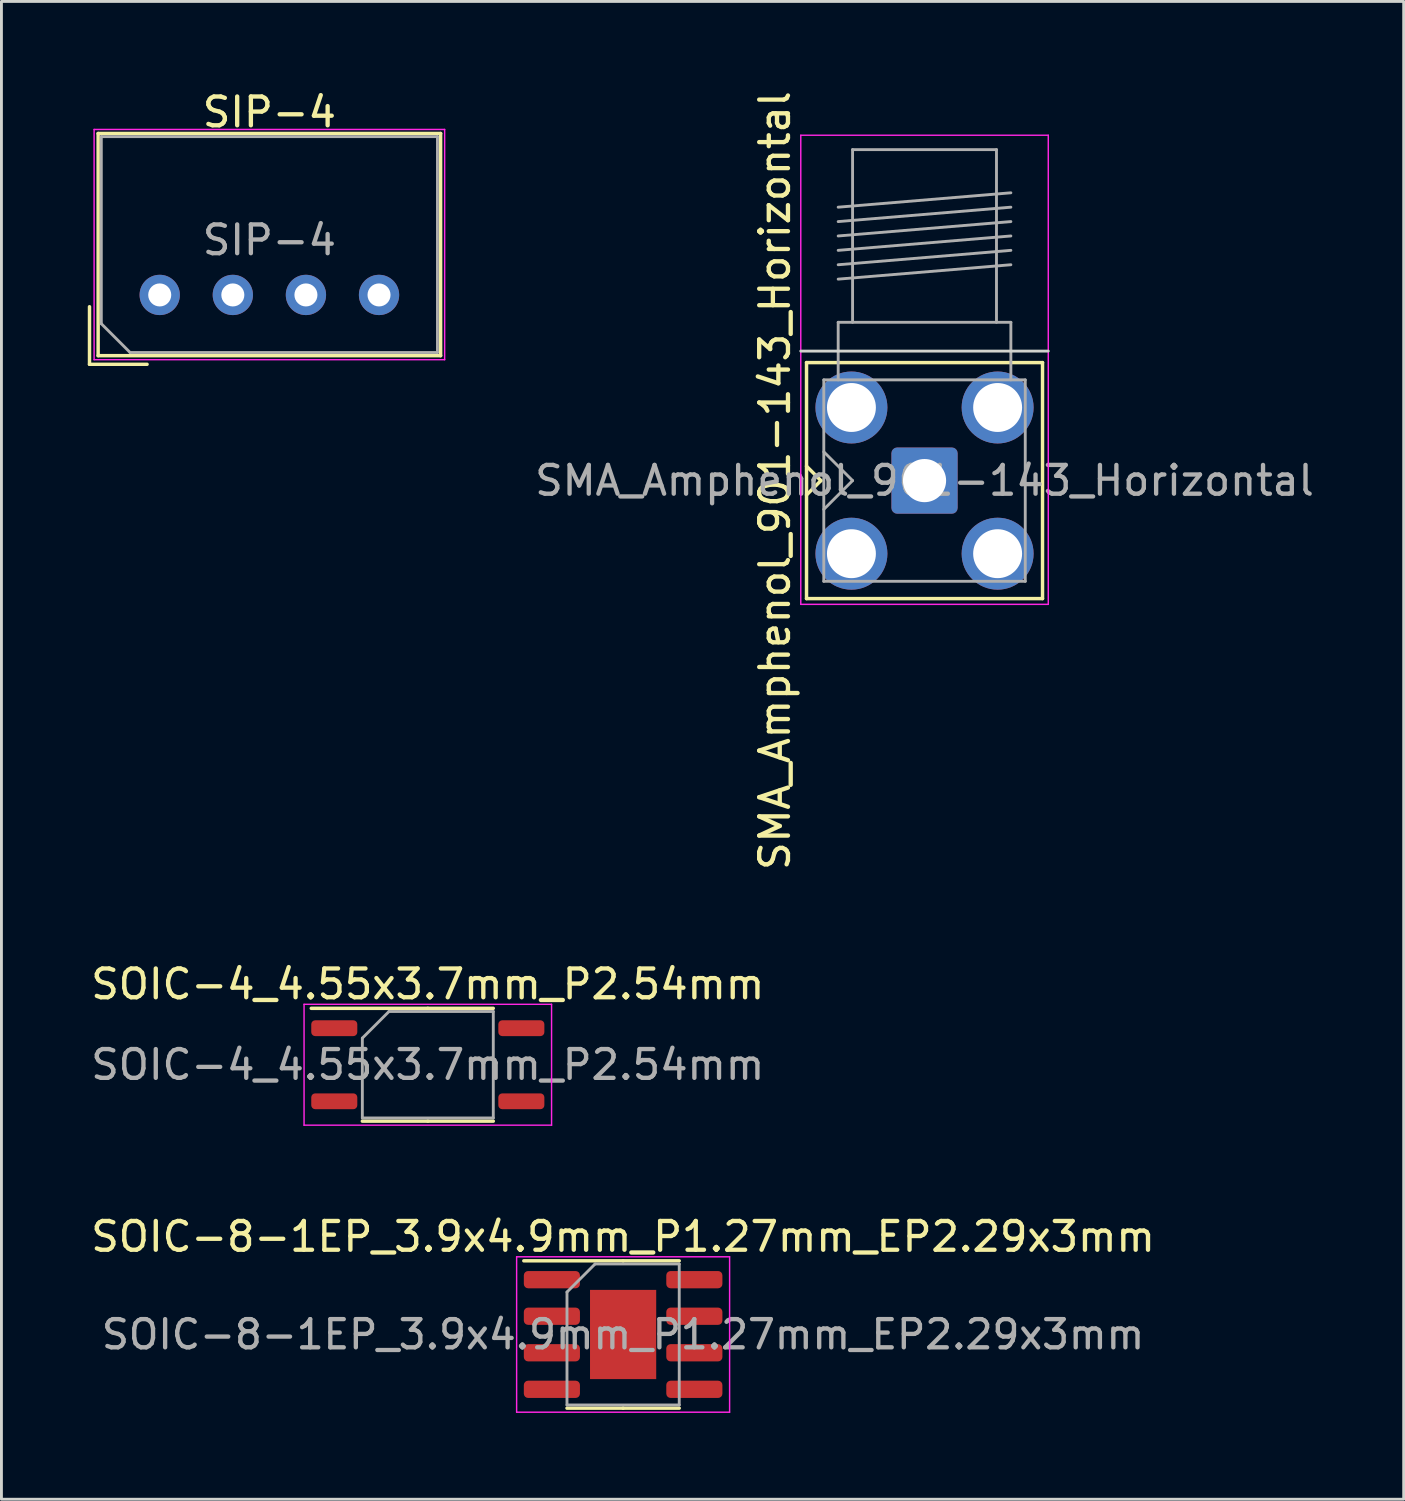
<source format=kicad_pcb>
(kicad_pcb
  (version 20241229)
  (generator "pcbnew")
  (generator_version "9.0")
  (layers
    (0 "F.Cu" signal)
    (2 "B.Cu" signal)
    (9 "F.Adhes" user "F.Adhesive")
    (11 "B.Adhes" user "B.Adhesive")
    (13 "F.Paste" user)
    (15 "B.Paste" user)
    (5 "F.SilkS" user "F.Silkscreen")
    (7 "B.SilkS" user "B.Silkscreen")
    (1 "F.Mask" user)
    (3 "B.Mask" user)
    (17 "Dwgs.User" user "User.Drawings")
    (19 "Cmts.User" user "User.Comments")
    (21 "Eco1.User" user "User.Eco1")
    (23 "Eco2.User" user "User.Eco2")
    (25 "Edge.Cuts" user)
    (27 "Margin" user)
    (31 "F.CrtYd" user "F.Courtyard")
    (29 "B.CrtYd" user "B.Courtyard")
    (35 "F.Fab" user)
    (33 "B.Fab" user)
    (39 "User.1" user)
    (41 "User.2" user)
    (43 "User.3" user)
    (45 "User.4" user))
  (footprint "SOIC-8-1EP_3.9x4.9mm_P1.27mm_EP2.29x3mm"
    (layer "F.Cu")
    (at 18.601 43.319)
    (property "Reference" "SOIC-8-1EP_3.9x4.9mm_P1.27mm_EP2.29x3mm" (at 0 -3.4 0) (layer "F.SilkS") (effects (font (size 1 1) (thickness 0.15))))
    (attr smd)
    (fp_line (start 0 -2.56) (end -3.45 -2.56) (stroke (width 0.12) (type solid)) (layer "F.SilkS"))
    (fp_line (start 0 -2.56) (end 1.95 -2.56) (stroke (width 0.12) (type solid)) (layer "F.SilkS"))
    (fp_line (start 0 2.56) (end -1.95 2.56) (stroke (width 0.12) (type solid)) (layer "F.SilkS"))
    (fp_line (start 0 2.56) (end 1.95 2.56) (stroke (width 0.12) (type solid)) (layer "F.SilkS"))
    (fp_line (start -3.7 -2.7) (end -3.7 2.7) (stroke (width 0.05) (type solid)) (layer "F.CrtYd"))
    (fp_line (start -3.7 2.7) (end 3.7 2.7) (stroke (width 0.05) (type solid)) (layer "F.CrtYd"))
    (fp_line (start 3.7 -2.7) (end -3.7 -2.7) (stroke (width 0.05) (type solid)) (layer "F.CrtYd"))
    (fp_line (start 3.7 2.7) (end 3.7 -2.7) (stroke (width 0.05) (type solid)) (layer "F.CrtYd"))
    (fp_line (start -1.95 -1.475) (end -0.975 -2.45) (stroke (width 0.1) (type solid)) (layer "F.Fab"))
    (fp_line (start -1.95 2.45) (end -1.95 -1.475) (stroke (width 0.1) (type solid)) (layer "F.Fab"))
    (fp_line (start -0.975 -2.45) (end 1.95 -2.45) (stroke (width 0.1) (type solid)) (layer "F.Fab"))
    (fp_line (start 1.95 -2.45) (end 1.95 2.45) (stroke (width 0.1) (type solid)) (layer "F.Fab"))
    (fp_line (start 1.95 2.45) (end -1.95 2.45) (stroke (width 0.1) (type solid)) (layer "F.Fab"))
    (fp_text user "${REFERENCE}" (at 0 0 0) (layer "F.Fab") (effects (font (size 0.98 0.98) (thickness 0.15))))
    (pad "" smd roundrect (at -0.57 -0.75) (size 0.92 1.21) (layers "F.Paste") (roundrect_rratio 0.25))
    (pad "" smd roundrect (at -0.57 0.75) (size 0.92 1.21) (layers "F.Paste") (roundrect_rratio 0.25))
    (pad "" smd roundrect (at 0.57 -0.75) (size 0.92 1.21) (layers "F.Paste") (roundrect_rratio 0.25))
    (pad "" smd roundrect (at 0.57 0.75) (size 0.92 1.21) (layers "F.Paste") (roundrect_rratio 0.25))
    (pad "1" smd roundrect (at -2.475 -1.905) (size 1.95 0.6) (layers "F.Cu" "F.Mask" "F.Paste") (roundrect_rratio 0.25))
    (pad "2" smd roundrect (at -2.475 -0.635) (size 1.95 0.6) (layers "F.Cu" "F.Mask" "F.Paste") (roundrect_rratio 0.25))
    (pad "3" smd roundrect (at -2.475 0.635) (size 1.95 0.6) (layers "F.Cu" "F.Mask" "F.Paste") (roundrect_rratio 0.25))
    (pad "4" smd roundrect (at -2.475 1.905) (size 1.95 0.6) (layers "F.Cu" "F.Mask" "F.Paste") (roundrect_rratio 0.25))
    (pad "5" smd roundrect (at 2.475 1.905) (size 1.95 0.6) (layers "F.Cu" "F.Mask" "F.Paste") (roundrect_rratio 0.25))
    (pad "6" smd roundrect (at 2.475 0.635) (size 1.95 0.6) (layers "F.Cu" "F.Mask" "F.Paste") (roundrect_rratio 0.25))
    (pad "7" smd roundrect (at 2.475 -0.635) (size 1.95 0.6) (layers "F.Cu" "F.Mask" "F.Paste") (roundrect_rratio 0.25))
    (pad "8" smd roundrect (at 2.475 -1.905) (size 1.95 0.6) (layers "F.Cu" "F.Mask" "F.Paste") (roundrect_rratio 0.25))
    (pad "9" smd rect (at 0 0) (size 2.3 3.1) (layers "F.Cu" "F.Mask")))
  (footprint "SOIC-4_4.55x3.7mm_P2.54mm"
    (layer "F.Cu")
    (at 11.815 33.946)
    (property "Reference" "SOIC-4_4.55x3.7mm_P2.54mm" (at 0 -2.8 0) (layer "F.SilkS") (effects (font (size 1 1) (thickness 0.15))))
    (attr smd)
    (fp_line (start 0 -1.96) (end -4.05 -1.96) (stroke (width 0.12) (type solid)) (layer "F.SilkS"))
    (fp_line (start 0 -1.96) (end 2.275 -1.96) (stroke (width 0.12) (type solid)) (layer "F.SilkS"))
    (fp_line (start 0 1.96) (end -2.275 1.96) (stroke (width 0.12) (type solid)) (layer "F.SilkS"))
    (fp_line (start 0 1.96) (end 2.275 1.96) (stroke (width 0.12) (type solid)) (layer "F.SilkS"))
    (fp_line (start -4.3 -2.1) (end -4.3 2.1) (stroke (width 0.05) (type solid)) (layer "F.CrtYd"))
    (fp_line (start -4.3 2.1) (end 4.3 2.1) (stroke (width 0.05) (type solid)) (layer "F.CrtYd"))
    (fp_line (start 4.3 -2.1) (end -4.3 -2.1) (stroke (width 0.05) (type solid)) (layer "F.CrtYd"))
    (fp_line (start 4.3 2.1) (end 4.3 -2.1) (stroke (width 0.05) (type solid)) (layer "F.CrtYd"))
    (fp_line (start -2.275 -0.925) (end -1.35 -1.85) (stroke (width 0.1) (type solid)) (layer "F.Fab"))
    (fp_line (start -2.275 1.85) (end -2.275 -0.925) (stroke (width 0.1) (type solid)) (layer "F.Fab"))
    (fp_line (start -1.35 -1.85) (end 2.275 -1.85) (stroke (width 0.1) (type solid)) (layer "F.Fab"))
    (fp_line (start 2.275 -1.85) (end 2.275 1.85) (stroke (width 0.1) (type solid)) (layer "F.Fab"))
    (fp_line (start 2.275 1.85) (end -2.275 1.85) (stroke (width 0.1) (type solid)) (layer "F.Fab"))
    (fp_text user "${REFERENCE}" (at 0 0 0) (layer "F.Fab") (effects (font (size 1 1) (thickness 0.15))))
    (pad "1" smd roundrect (at -3.25 -1.27) (size 1.6 0.55) (layers "F.Cu" "F.Mask" "F.Paste") (roundrect_rratio 0.25))
    (pad "3" smd roundrect (at -3.25 1.27) (size 1.6 0.55) (layers "F.Cu" "F.Mask" "F.Paste") (roundrect_rratio 0.25))
    (pad "4" smd roundrect (at 3.25 1.27) (size 1.6 0.55) (layers "F.Cu" "F.Mask" "F.Paste") (roundrect_rratio 0.25))
    (pad "6" smd roundrect (at 3.25 -1.27) (size 1.6 0.55) (layers "F.Cu" "F.Mask" "F.Paste") (roundrect_rratio 0.25)))
  (footprint "SIP-4"
    (layer "F.Cu")
    (at 2.5 7.198)
    (property "Reference" "SIP-4" (at 3.81 -6.35 0) (unlocked yes) (layer "F.SilkS") (effects (font (size 1 1) (thickness 0.15))))
    (attr through_hole)
    (fp_line (start -2.44 0.41) (end -2.44 2.41) (stroke (width 0.12) (type solid)) (layer "F.SilkS"))
    (fp_line (start -2.44 2.41) (end -0.44 2.41) (stroke (width 0.12) (type solid)) (layer "F.SilkS"))
    (fp_line (start -2.14 -5.61) (end 9.76 -5.61) (stroke (width 0.12) (type solid)) (layer "F.SilkS"))
    (fp_line (start -2.14 2.11) (end -2.14 -5.61) (stroke (width 0.12) (type solid)) (layer "F.SilkS"))
    (fp_line (start -2.14 2.11) (end 9.76 2.11) (stroke (width 0.12) (type solid)) (layer "F.SilkS"))
    (fp_line (start 9.76 2.11) (end 9.76 -5.61) (stroke (width 0.12) (type solid)) (layer "F.SilkS"))
    (fp_line (start -2.28 -5.75) (end 9.9 -5.75) (stroke (width 0.05) (type solid)) (layer "F.CrtYd"))
    (fp_line (start -2.28 2.25) (end -2.28 -5.75) (stroke (width 0.05) (type solid)) (layer "F.CrtYd"))
    (fp_line (start -2.28 2.25) (end 9.9 2.25) (stroke (width 0.05) (type solid)) (layer "F.CrtYd"))
    (fp_line (start 9.9 2.25) (end 9.9 -5.75) (stroke (width 0.05) (type solid)) (layer "F.CrtYd"))
    (fp_line (start -2.03 -5.5) (end 9.65 -5.5) (stroke (width 0.1) (type solid)) (layer "F.Fab"))
    (fp_line (start -2.03 1) (end -2.03 -5.5) (stroke (width 0.1) (type solid)) (layer "F.Fab"))
    (fp_line (start -1.03 2) (end -2.03 1) (stroke (width 0.1) (type solid)) (layer "F.Fab"))
    (fp_line (start -1.03 2) (end 9.65 2) (stroke (width 0.1) (type solid)) (layer "F.Fab"))
    (fp_line (start 9.65 2) (end 9.65 -5.5) (stroke (width 0.1) (type solid)) (layer "F.Fab"))
    (fp_text user "${REFERENCE}" (at 3.81 -1.905 0) (unlocked yes) (layer "F.Fab") (effects (font (size 1 1) (thickness 0.15))))
    (pad "1" thru_hole circle (at 0 0) (size 1.4 1.4) (drill 0.8) (layers "*.Cu" "*.Mask"))
    (pad "2" thru_hole circle (at 2.54 0) (size 1.4 1.4) (drill 0.8) (layers "*.Cu" "*.Mask"))
    (pad "3" thru_hole circle (at 5.08 0) (size 1.4 1.4) (drill 0.8) (layers "*.Cu" "*.Mask"))
    (pad "4" thru_hole circle (at 7.62 0) (size 1.4 1.4) (drill 0.8) (layers "*.Cu" "*.Mask")))
  (footprint "SMA_Amphenol_901-143_Horizontal"
    (layer "F.Cu")
    (at 29.074 13.649)
    (property "Reference" "SMA_Amphenol_901-143_Horizontal" (at -5.2 0 90) (layer "F.SilkS") (effects (font (size 1 1) (thickness 0.15))))
    (attr through_hole)
    (fp_line (start -4.1 -4.1) (end -4.1 4.1) (stroke (width 0.12) (type solid)) (layer "F.SilkS"))
    (fp_line (start -4.1 -4.1) (end 4.1 -4.1) (stroke (width 0.12) (type solid)) (layer "F.SilkS"))
    (fp_line (start -4.1 0.5) (end -3.6 0) (stroke (width 0.12) (type solid)) (layer "F.SilkS"))
    (fp_line (start -4.1 4.1) (end 4.1 4.1) (stroke (width 0.12) (type solid)) (layer "F.SilkS"))
    (fp_line (start -3.6 0) (end -4.1 -0.5) (stroke (width 0.12) (type solid)) (layer "F.SilkS"))
    (fp_line (start 4.1 -4.1) (end 4.1 4.1) (stroke (width 0.12) (type solid)) (layer "F.SilkS"))
    (fp_line (start 4.3 -4.5) (end -4.3 -4.5) (stroke (width 0.1) (type solid)) (layer "Edge.Cuts"))
    (fp_line (start -4.3 -12) (end -4.3 4.3) (stroke (width 0.05) (type solid)) (layer "F.CrtYd"))
    (fp_line (start -4.3 -12) (end 4.3 -12) (stroke (width 0.05) (type solid)) (layer "F.CrtYd"))
    (fp_line (start 4.3 4.3) (end -4.3 4.3) (stroke (width 0.05) (type solid)) (layer "F.CrtYd"))
    (fp_line (start 4.3 4.3) (end 4.3 -12) (stroke (width 0.05) (type solid)) (layer "F.CrtYd"))
    (fp_line (start -3.5 -3.5) (end -3.5 3.5) (stroke (width 0.1) (type solid)) (layer "F.Fab"))
    (fp_line (start -3.5 -3.5) (end 3.5 -3.5) (stroke (width 0.1) (type solid)) (layer "F.Fab"))
    (fp_line (start -3.5 -1) (end -2.5 0) (stroke (width 0.1) (type solid)) (layer "F.Fab"))
    (fp_line (start -3.5 3.5) (end 3.5 3.5) (stroke (width 0.1) (type solid)) (layer "F.Fab"))
    (fp_line (start -3 -9.5) (end 3 -10) (stroke (width 0.1) (type solid)) (layer "F.Fab"))
    (fp_line (start -3 -9) (end 3 -9.5) (stroke (width 0.1) (type solid)) (layer "F.Fab"))
    (fp_line (start -3 -8.5) (end 3 -9) (stroke (width 0.1) (type solid)) (layer "F.Fab"))
    (fp_line (start -3 -8) (end 3 -8.5) (stroke (width 0.1) (type solid)) (layer "F.Fab"))
    (fp_line (start -3 -7.5) (end 3 -8) (stroke (width 0.1) (type solid)) (layer "F.Fab"))
    (fp_line (start -3 -7) (end 3 -7.5) (stroke (width 0.1) (type solid)) (layer "F.Fab"))
    (fp_line (start -3 -5.5) (end -3 -3.5) (stroke (width 0.1) (type solid)) (layer "F.Fab"))
    (fp_line (start -2.5 -11.5) (end -2.5 -5.5) (stroke (width 0.1) (type solid)) (layer "F.Fab"))
    (fp_line (start -2.5 -11.5) (end 2.5 -11.5) (stroke (width 0.1) (type solid)) (layer "F.Fab"))
    (fp_line (start -2.5 0) (end -3.5 1) (stroke (width 0.1) (type solid)) (layer "F.Fab"))
    (fp_line (start 2.5 -11.5) (end 2.5 -5.5) (stroke (width 0.1) (type solid)) (layer "F.Fab"))
    (fp_line (start 3 -5.5) (end -3 -5.5) (stroke (width 0.1) (type solid)) (layer "F.Fab"))
    (fp_line (start 3 -5.5) (end 3 -3.5) (stroke (width 0.1) (type solid)) (layer "F.Fab"))
    (fp_line (start 3.5 -3.5) (end 3.5 3.5) (stroke (width 0.1) (type solid)) (layer "F.Fab"))
    (fp_text user "${REFERENCE}" (at 0 0 0) (layer "F.Fab") (effects (font (size 1 1) (thickness 0.15))))
    (pad "1" thru_hole roundrect (at 0 0) (size 2.3 2.3) (drill 1.5) (layers "*.Cu" "*.Mask") (remove_unused_layers yes) (keep_end_layers yes) (zone_layer_connections) (roundrect_rratio 0.087))
    (pad "2" thru_hole circle (at -2.54 -2.54) (size 2.5 2.5) (drill 1.7) (layers "*.Cu" "*.Mask") (remove_unused_layers yes) (keep_end_layers yes) (zone_layer_connections))
    (pad "2" thru_hole circle (at -2.54 2.54) (size 2.5 2.5) (drill 1.7) (layers "*.Cu" "*.Mask") (remove_unused_layers yes) (keep_end_layers yes) (zone_layer_connections))
    (pad "2" thru_hole circle (at 2.54 -2.54) (size 2.5 2.5) (drill 1.7) (layers "*.Cu" "*.Mask") (remove_unused_layers yes) (keep_end_layers yes) (zone_layer_connections))
    (pad "2" thru_hole circle (at 2.54 2.54) (size 2.5 2.5) (drill 1.7) (layers "*.Cu" "*.Mask") (remove_unused_layers yes) (keep_end_layers yes) (zone_layer_connections)))
  (gr_rect
    (start -3 -3)
    (end 45.723 49.044)
    (stroke (width 0.1) (type default))
    (fill no)
    (layer "Edge.Cuts")))
</source>
